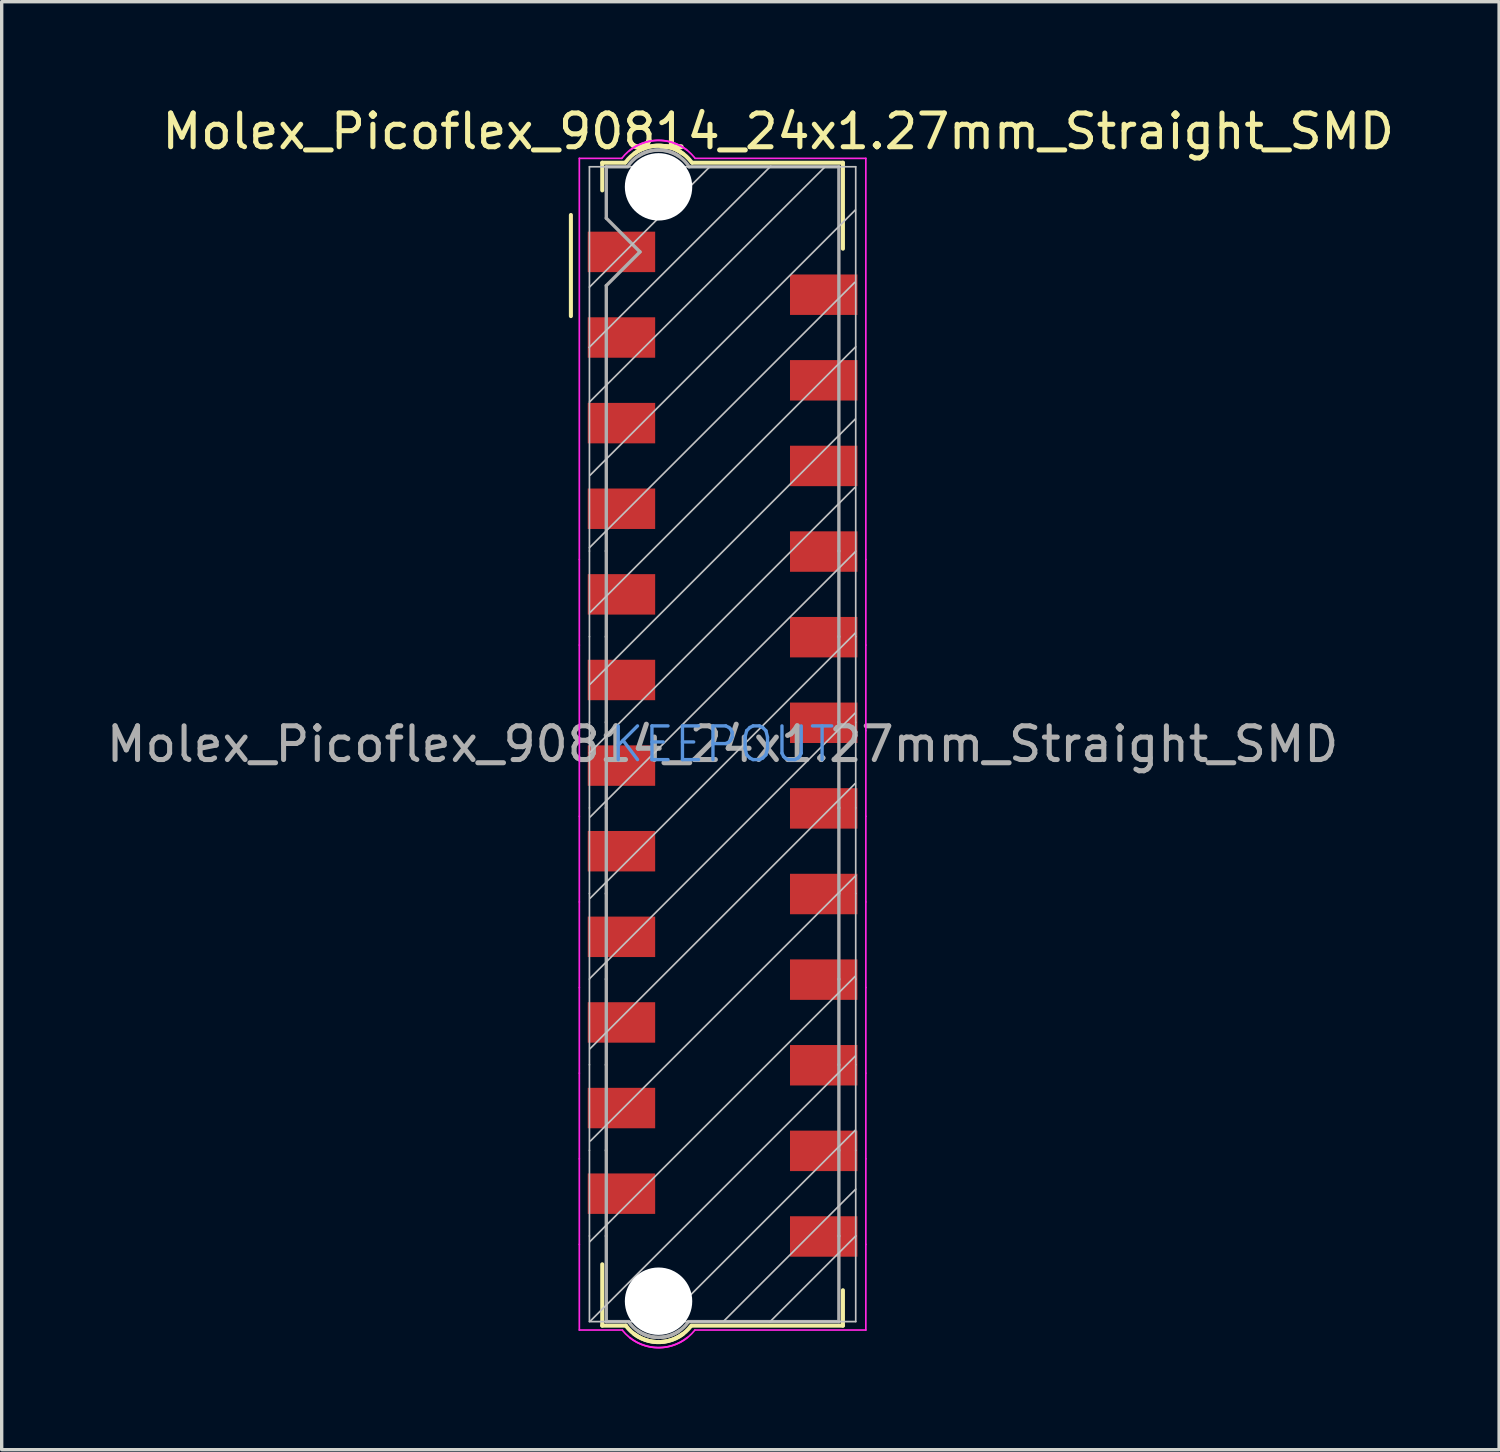
<source format=kicad_pcb>
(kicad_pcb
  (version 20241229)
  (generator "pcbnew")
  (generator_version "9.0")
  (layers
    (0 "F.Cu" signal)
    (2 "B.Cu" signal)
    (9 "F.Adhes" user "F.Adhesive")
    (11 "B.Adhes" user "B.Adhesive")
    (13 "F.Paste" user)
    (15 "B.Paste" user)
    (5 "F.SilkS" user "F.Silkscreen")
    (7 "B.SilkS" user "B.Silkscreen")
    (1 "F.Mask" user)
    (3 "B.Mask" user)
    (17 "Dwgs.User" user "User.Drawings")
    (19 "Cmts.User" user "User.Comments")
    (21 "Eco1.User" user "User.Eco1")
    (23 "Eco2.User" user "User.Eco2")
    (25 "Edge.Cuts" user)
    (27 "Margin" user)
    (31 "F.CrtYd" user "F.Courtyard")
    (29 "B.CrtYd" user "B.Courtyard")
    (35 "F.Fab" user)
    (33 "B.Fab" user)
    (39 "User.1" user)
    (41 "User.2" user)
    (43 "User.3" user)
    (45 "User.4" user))
  (footprint "Molex_Picoflex_90814_24x1.27mm_Straight_SMD"
    (layer "F.Cu")
    (at 18.387 19.028)
    (property "Reference" "Molex_Picoflex_90814_24x1.27mm_Straight_SMD" (at 1.65 -18.18 0) (layer "F.SilkS") (effects (font (size 1 1) (thickness 0.15))))
    (attr smd)
    (fp_line (start -4.5 -15.7) (end -4.5 -12.7) (stroke (width 0.12) (type solid)) (layer "F.SilkS"))
    (fp_line (start -3.57 -17.25) (end -2.89 -17.25) (stroke (width 0.12) (type solid)) (layer "F.SilkS"))
    (fp_line (start -3.57 -16.43) (end -3.57 -17.25) (stroke (width 0.12) (type solid)) (layer "F.SilkS"))
    (fp_line (start -3.57 17.25) (end -3.57 15.43) (stroke (width 0.12) (type solid)) (layer "F.SilkS"))
    (fp_line (start -2.87 17.25) (end -3.57 17.25) (stroke (width 0.12) (type solid)) (layer "F.SilkS"))
    (fp_line (start -0.89 -17.25) (end 3.57 -17.25) (stroke (width 0.12) (type solid)) (layer "F.SilkS"))
    (fp_line (start 3.57 -17.25) (end 3.57 -14.7) (stroke (width 0.12) (type solid)) (layer "F.SilkS"))
    (fp_line (start 3.57 16.2) (end 3.57 17.25) (stroke (width 0.12) (type solid)) (layer "F.SilkS"))
    (fp_line (start 3.57 17.25) (end -0.9 17.25) (stroke (width 0.12) (type solid)) (layer "F.SilkS"))
    (fp_arc (start -2.88 -17.26) (mid -2.083848 -17.742082) (end -1.18 -17.52) (stroke (width 0.12) (type solid)) (layer "F.SilkS"))
    (fp_arc (start -2.61 -17.53) (mid -1.70201 -17.742082) (end -0.91 -17.25) (stroke (width 0.12) (type solid)) (layer "F.SilkS"))
    (fp_arc (start -1.18 17.5) (mid -2.076777 17.72501) (end -2.87 17.25) (stroke (width 0.12) (type solid)) (layer "F.SilkS"))
    (fp_arc (start -0.93 17.25) (mid -1.723223 17.72501) (end -2.62 17.5) (stroke (width 0.12) (type solid)) (layer "F.SilkS"))
    (fp_line (start -3.96 -11.77) (end 1.43 -17.15) (stroke (width 0.05) (type solid)) (layer "Dwgs.User"))
    (fp_line (start -3.95 -13.56) (end -0.38 -17.13) (stroke (width 0.05) (type solid)) (layer "Dwgs.User"))
    (fp_line (start -3.95 -10.15) (end 3.04 -17.13) (stroke (width 0.05) (type solid)) (layer "Dwgs.User"))
    (fp_line (start -3.95 -5.83) (end 3.92 -13.7) (stroke (width 0.05) (type solid)) (layer "Dwgs.User"))
    (fp_line (start -3.95 -5.73) (end -3.95 -17.13) (stroke (width 0.05) (type solid)) (layer "Dwgs.User"))
    (fp_line (start -3.95 -3.19) (end -3.95 -5.73) (stroke (width 0.05) (type solid)) (layer "Dwgs.User"))
    (fp_line (start -3.95 -0.65) (end -3.95 -3.19) (stroke (width 0.05) (type solid)) (layer "Dwgs.User"))
    (fp_line (start -3.95 -0.65) (end -3.95 1.89) (stroke (width 0.05) (type solid)) (layer "Dwgs.User"))
    (fp_line (start -3.95 0.26) (end 3.92 -7.61) (stroke (width 0.05) (type solid)) (layer "Dwgs.User"))
    (fp_line (start -3.95 1.89) (end -3.95 4.43) (stroke (width 0.05) (type solid)) (layer "Dwgs.User"))
    (fp_line (start -3.95 4.43) (end -3.95 6.97) (stroke (width 0.05) (type solid)) (layer "Dwgs.User"))
    (fp_line (start -3.95 9.51) (end -3.95 6.97) (stroke (width 0.05) (type solid)) (layer "Dwgs.User"))
    (fp_line (start -3.95 9.51) (end -3.95 12.05) (stroke (width 0.05) (type solid)) (layer "Dwgs.User"))
    (fp_line (start -3.95 14.59) (end -3.95 12.05) (stroke (width 0.05) (type solid)) (layer "Dwgs.User"))
    (fp_line (start -3.95 17.13) (end -3.95 14.59) (stroke (width 0.05) (type solid)) (layer "Dwgs.User"))
    (fp_line (start -3.95 17.13) (end 3.95 17.13) (stroke (width 0.05) (type solid)) (layer "Dwgs.User"))
    (fp_line (start -3.94 6.95) (end 3.93 -0.92) (stroke (width 0.05) (type solid)) (layer "Dwgs.User"))
    (fp_line (start -3.94 9.04) (end 3.93 1.17) (stroke (width 0.05) (type solid)) (layer "Dwgs.User"))
    (fp_line (start -3.94 14.76) (end 3.93 6.89) (stroke (width 0.05) (type solid)) (layer "Dwgs.User"))
    (fp_line (start -3.93 -7.98) (end 3.94 -15.85) (stroke (width 0.05) (type solid)) (layer "Dwgs.User"))
    (fp_line (start -3.93 -1.78) (end 3.94 -9.65) (stroke (width 0.05) (type solid)) (layer "Dwgs.User"))
    (fp_line (start -3.93 2.16) (end 3.94 -5.71) (stroke (width 0.05) (type solid)) (layer "Dwgs.User"))
    (fp_line (start -3.93 4.57) (end 3.94 -3.3) (stroke (width 0.05) (type solid)) (layer "Dwgs.User"))
    (fp_line (start -3.93 17.12) (end 3.94 9.25) (stroke (width 0.05) (type solid)) (layer "Dwgs.User"))
    (fp_line (start -3.92 -3.92) (end 3.95 -11.79) (stroke (width 0.05) (type solid)) (layer "Dwgs.User"))
    (fp_line (start -3.92 11.77) (end 3.95 3.9) (stroke (width 0.05) (type solid)) (layer "Dwgs.User"))
    (fp_line (start -1.75 17.14) (end 3.94 11.45) (stroke (width 0.05) (type solid)) (layer "Dwgs.User"))
    (fp_line (start 0.03 17.12) (end 3.95 13.2) (stroke (width 0.05) (type solid)) (layer "Dwgs.User"))
    (fp_line (start 1.4 17.14) (end 3.95 14.59) (stroke (width 0.05) (type solid)) (layer "Dwgs.User"))
    (fp_line (start 3.95 -17.13) (end -3.95 -17.13) (stroke (width 0.05) (type solid)) (layer "Dwgs.User"))
    (fp_line (start 3.95 -17.13) (end 3.95 -5.73) (stroke (width 0.05) (type solid)) (layer "Dwgs.User"))
    (fp_line (start 3.95 -5.73) (end 3.95 -3.19) (stroke (width 0.05) (type solid)) (layer "Dwgs.User"))
    (fp_line (start 3.95 -3.19) (end 3.95 -0.65) (stroke (width 0.05) (type solid)) (layer "Dwgs.User"))
    (fp_line (start 3.95 -0.65) (end 3.95 1.89) (stroke (width 0.05) (type solid)) (layer "Dwgs.User"))
    (fp_line (start 3.95 4.43) (end 3.95 1.89) (stroke (width 0.05) (type solid)) (layer "Dwgs.User"))
    (fp_line (start 3.95 4.43) (end 3.95 6.97) (stroke (width 0.05) (type solid)) (layer "Dwgs.User"))
    (fp_line (start 3.95 9.51) (end 3.95 6.97) (stroke (width 0.05) (type solid)) (layer "Dwgs.User"))
    (fp_line (start 3.95 12.05) (end 3.95 9.51) (stroke (width 0.05) (type solid)) (layer "Dwgs.User"))
    (fp_line (start 3.95 12.05) (end 3.95 14.59) (stroke (width 0.05) (type solid)) (layer "Dwgs.User"))
    (fp_line (start 3.95 17.13) (end 3.95 14.59) (stroke (width 0.05) (type solid)) (layer "Dwgs.User"))
    (fp_line (start -4.25 -17.38) (end -4.25 -5.48) (stroke (width 0.05) (type solid)) (layer "F.CrtYd"))
    (fp_line (start -4.25 -5.48) (end -4.25 -2.94) (stroke (width 0.05) (type solid)) (layer "F.CrtYd"))
    (fp_line (start -4.25 -2.94) (end -4.25 -0.4) (stroke (width 0.05) (type solid)) (layer "F.CrtYd"))
    (fp_line (start -4.25 2.14) (end -4.25 -0.4) (stroke (width 0.05) (type solid)) (layer "F.CrtYd"))
    (fp_line (start -4.25 4.68) (end -4.25 2.14) (stroke (width 0.05) (type solid)) (layer "F.CrtYd"))
    (fp_line (start -4.25 7.22) (end -4.25 4.68) (stroke (width 0.05) (type solid)) (layer "F.CrtYd"))
    (fp_line (start -4.25 7.22) (end -4.25 9.76) (stroke (width 0.05) (type solid)) (layer "F.CrtYd"))
    (fp_line (start -4.25 12.3) (end -4.25 9.76) (stroke (width 0.05) (type solid)) (layer "F.CrtYd"))
    (fp_line (start -4.25 12.3) (end -4.25 14.84) (stroke (width 0.05) (type solid)) (layer "F.CrtYd"))
    (fp_line (start -4.25 14.84) (end -4.25 17.38) (stroke (width 0.05) (type solid)) (layer "F.CrtYd"))
    (fp_line (start -4.25 17.38) (end -2.97 17.38) (stroke (width 0.05) (type solid)) (layer "F.CrtYd"))
    (fp_line (start -2.99 -17.38) (end -4.25 -17.38) (stroke (width 0.05) (type solid)) (layer "F.CrtYd"))
    (fp_line (start -0.82 -17.38) (end 4.25 -17.38) (stroke (width 0.05) (type solid)) (layer "F.CrtYd"))
    (fp_line (start 4.25 -17.38) (end 4.25 -5.48) (stroke (width 0.05) (type solid)) (layer "F.CrtYd"))
    (fp_line (start 4.25 -2.94) (end 4.25 -5.48) (stroke (width 0.05) (type solid)) (layer "F.CrtYd"))
    (fp_line (start 4.25 -0.4) (end 4.25 -2.94) (stroke (width 0.05) (type solid)) (layer "F.CrtYd"))
    (fp_line (start 4.25 -0.4) (end 4.25 2.14) (stroke (width 0.05) (type solid)) (layer "F.CrtYd"))
    (fp_line (start 4.25 4.68) (end 4.25 2.14) (stroke (width 0.05) (type solid)) (layer "F.CrtYd"))
    (fp_line (start 4.25 7.22) (end 4.25 4.68) (stroke (width 0.05) (type solid)) (layer "F.CrtYd"))
    (fp_line (start 4.25 7.22) (end 4.25 9.76) (stroke (width 0.05) (type solid)) (layer "F.CrtYd"))
    (fp_line (start 4.25 9.76) (end 4.25 12.3) (stroke (width 0.05) (type solid)) (layer "F.CrtYd"))
    (fp_line (start 4.25 14.84) (end 4.25 12.3) (stroke (width 0.05) (type solid)) (layer "F.CrtYd"))
    (fp_line (start 4.25 14.84) (end 4.25 17.38) (stroke (width 0.05) (type solid)) (layer "F.CrtYd"))
    (fp_line (start 4.25 17.38) (end -0.82 17.38) (stroke (width 0.05) (type solid)) (layer "F.CrtYd"))
    (fp_arc (start -2.99 -17.38) (mid -2.076777 -17.904716) (end -1.06 -17.63) (stroke (width 0.05) (type solid)) (layer "F.CrtYd"))
    (fp_arc (start -2.76 -17.61) (mid -1.751508 -17.904716) (end -0.83 -17.4) (stroke (width 0.05) (type solid)) (layer "F.CrtYd"))
    (fp_arc (start -1.04 17.6) (mid -2.048492 17.894716) (end -2.97 17.39) (stroke (width 0.05) (type solid)) (layer "F.CrtYd"))
    (fp_arc (start -0.82 17.38) (mid -1.737365 17.894716) (end -2.75 17.61) (stroke (width 0.05) (type solid)) (layer "F.CrtYd"))
    (fp_line (start -3.45 -17.13) (end -3.45 -15.605) (stroke (width 0.1) (type solid)) (layer "F.Fab"))
    (fp_line (start -3.45 -17.13) (end -2.81 -17.13) (stroke (width 0.1) (type solid)) (layer "F.Fab"))
    (fp_line (start -3.45 -13.605) (end -2.45 -14.605) (stroke (width 0.1) (type solid)) (layer "F.Fab"))
    (fp_line (start -3.45 -5.73) (end -3.45 -13.605) (stroke (width 0.1) (type solid)) (layer "F.Fab"))
    (fp_line (start -3.45 -5.73) (end -3.45 -3.19) (stroke (width 0.1) (type solid)) (layer "F.Fab"))
    (fp_line (start -3.45 -3.19) (end -3.45 -0.65) (stroke (width 0.1) (type solid)) (layer "F.Fab"))
    (fp_line (start -3.45 -0.65) (end -3.45 1.89) (stroke (width 0.1) (type solid)) (layer "F.Fab"))
    (fp_line (start -3.45 1.89) (end -3.45 4.43) (stroke (width 0.1) (type solid)) (layer "F.Fab"))
    (fp_line (start -3.45 4.43) (end -3.45 6.97) (stroke (width 0.1) (type solid)) (layer "F.Fab"))
    (fp_line (start -3.45 6.97) (end -3.45 9.51) (stroke (width 0.1) (type solid)) (layer "F.Fab"))
    (fp_line (start -3.45 9.51) (end -3.45 12.05) (stroke (width 0.1) (type solid)) (layer "F.Fab"))
    (fp_line (start -3.45 12.05) (end -3.45 14.59) (stroke (width 0.1) (type solid)) (layer "F.Fab"))
    (fp_line (start -3.45 14.59) (end -3.45 17.13) (stroke (width 0.1) (type solid)) (layer "F.Fab"))
    (fp_line (start -3.45 17.13) (end -2.79 17.13) (stroke (width 0.1) (type solid)) (layer "F.Fab"))
    (fp_line (start -2.45 -14.605) (end -3.45 -15.605) (stroke (width 0.1) (type solid)) (layer "F.Fab"))
    (fp_line (start -1 -17.13) (end 3.45 -17.13) (stroke (width 0.1) (type solid)) (layer "F.Fab"))
    (fp_line (start 3.45 -17.13) (end 3.45 -5.73) (stroke (width 0.1) (type solid)) (layer "F.Fab"))
    (fp_line (start 3.45 -5.73) (end 3.45 -3.19) (stroke (width 0.1) (type solid)) (layer "F.Fab"))
    (fp_line (start 3.45 -3.19) (end 3.45 -0.65) (stroke (width 0.1) (type solid)) (layer "F.Fab"))
    (fp_line (start 3.45 -0.65) (end 3.45 1.89) (stroke (width 0.1) (type solid)) (layer "F.Fab"))
    (fp_line (start 3.45 1.89) (end 3.45 4.43) (stroke (width 0.1) (type solid)) (layer "F.Fab"))
    (fp_line (start 3.45 4.43) (end 3.45 6.97) (stroke (width 0.1) (type solid)) (layer "F.Fab"))
    (fp_line (start 3.45 6.97) (end 3.45 9.51) (stroke (width 0.1) (type solid)) (layer "F.Fab"))
    (fp_line (start 3.45 9.51) (end 3.45 12.05) (stroke (width 0.1) (type solid)) (layer "F.Fab"))
    (fp_line (start 3.45 12.05) (end 3.45 14.59) (stroke (width 0.1) (type solid)) (layer "F.Fab"))
    (fp_line (start 3.45 14.59) (end 3.45 17.13) (stroke (width 0.1) (type solid)) (layer "F.Fab"))
    (fp_line (start 3.45 17.13) (end -1 17.13) (stroke (width 0.1) (type solid)) (layer "F.Fab"))
    (fp_arc (start -2.81 -17.14) (mid -2.119203 -17.607731) (end -1.3 -17.45) (stroke (width 0.1) (type solid)) (layer "F.Fab"))
    (fp_arc (start -2.49 -17.45) (mid -1.673726 -17.60066) (end -0.99 -17.13) (stroke (width 0.1) (type solid)) (layer "F.Fab"))
    (fp_arc (start -1.29 17.41) (mid -2.09799 17.58066) (end -2.79 17.13) (stroke (width 0.1) (type solid)) (layer "F.Fab"))
    (fp_arc (start -1.01 17.13) (mid -1.70201 17.58066) (end -2.51 17.41) (stroke (width 0.1) (type solid)) (layer "F.Fab"))
    (fp_text user "KEEPOUT" (at 0 0 0) (layer "Cmts.User") (effects (font (size 1 1) (thickness 0.1))))
    (fp_text user "${REFERENCE}" (at 0 0 0) (layer "F.Fab") (effects (font (size 1 1) (thickness 0.15))))
    (pad "" np_thru_hole circle (at -1.9 -16.535) (size 2 2) (drill 2) (layers "*.Cu" "*.Mask"))
    (pad "" np_thru_hole circle (at -1.9 16.525) (size 2 2) (drill 2) (layers "*.Cu" "*.Mask"))
    (pad "1" smd rect (at -3 -14.605) (size 2 1.2) (layers "F.Cu" "F.Mask" "F.Paste"))
    (pad "2" smd rect (at 3 -13.335) (size 2 1.2) (layers "F.Cu" "F.Mask" "F.Paste"))
    (pad "3" smd rect (at -3 -12.065) (size 2 1.2) (layers "F.Cu" "F.Mask" "F.Paste"))
    (pad "4" smd rect (at 3 -10.795) (size 2 1.2) (layers "F.Cu" "F.Mask" "F.Paste"))
    (pad "5" smd rect (at -3 -9.525) (size 2 1.2) (layers "F.Cu" "F.Mask" "F.Paste"))
    (pad "6" smd rect (at 3 -8.255) (size 2 1.2) (layers "F.Cu" "F.Mask" "F.Paste"))
    (pad "7" smd rect (at -3 -6.985) (size 2 1.2) (layers "F.Cu" "F.Mask" "F.Paste"))
    (pad "8" smd rect (at 3 -5.715) (size 2 1.2) (layers "F.Cu" "F.Mask" "F.Paste"))
    (pad "9" smd rect (at -3 -4.445) (size 2 1.2) (layers "F.Cu" "F.Mask" "F.Paste"))
    (pad "10" smd rect (at 3 -3.175) (size 2 1.2) (layers "F.Cu" "F.Mask" "F.Paste"))
    (pad "11" smd rect (at -3 -1.905) (size 2 1.2) (layers "F.Cu" "F.Mask" "F.Paste"))
    (pad "12" smd rect (at 3 -0.635) (size 2 1.2) (layers "F.Cu" "F.Mask" "F.Paste"))
    (pad "13" connect rect (at -3 0.635) (size 2 1.2) (layers "F.Cu" "F.Mask"))
    (pad "14" connect rect (at 3 1.905) (size 2 1.2) (layers "F.Cu" "F.Mask"))
    (pad "15" smd rect (at -3 3.175) (size 2 1.2) (layers "F.Cu" "F.Mask" "F.Paste"))
    (pad "16" smd rect (at 3 4.445) (size 2 1.2) (layers "F.Cu" "F.Mask" "F.Paste"))
    (pad "17" smd rect (at -3 5.715) (size 2 1.2) (layers "F.Cu" "F.Mask" "F.Paste"))
    (pad "18" smd rect (at 3 6.985) (size 2 1.2) (layers "F.Cu" "F.Mask" "F.Paste"))
    (pad "19" smd rect (at -3 8.255) (size 2 1.2) (layers "F.Cu" "F.Mask" "F.Paste"))
    (pad "20" smd rect (at 3 9.525) (size 2 1.2) (layers "F.Cu" "F.Mask" "F.Paste"))
    (pad "21" smd rect (at -3 10.795) (size 2 1.2) (layers "F.Cu" "F.Mask" "F.Paste"))
    (pad "22" smd rect (at 3 12.065) (size 2 1.2) (layers "F.Cu" "F.Mask" "F.Paste"))
    (pad "23" smd rect (at -3 13.335) (size 2 1.2) (layers "F.Cu" "F.Mask" "F.Paste"))
    (pad "24" smd rect (at 3 14.605) (size 2 1.2) (layers "F.Cu" "F.Mask" "F.Paste")))
  (gr_rect
    (start -3 -3)
    (end 41.424 39.958)
    (stroke (width 0.1) (type default))
    (fill no)
    (layer "Edge.Cuts")))
</source>
